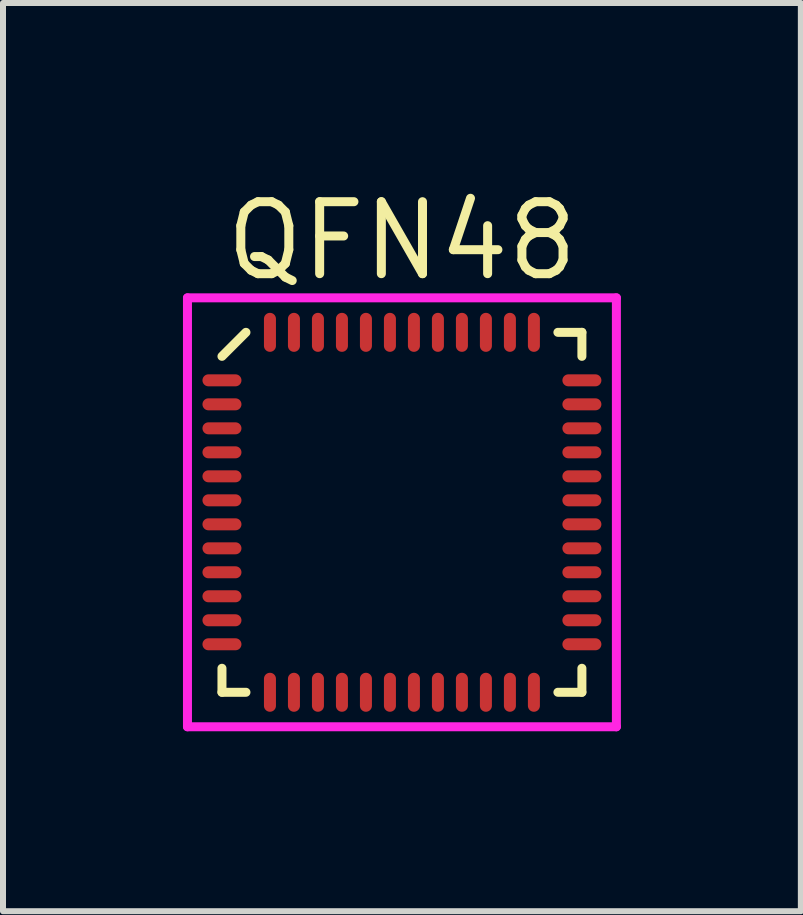
<source format=kicad_pcb>
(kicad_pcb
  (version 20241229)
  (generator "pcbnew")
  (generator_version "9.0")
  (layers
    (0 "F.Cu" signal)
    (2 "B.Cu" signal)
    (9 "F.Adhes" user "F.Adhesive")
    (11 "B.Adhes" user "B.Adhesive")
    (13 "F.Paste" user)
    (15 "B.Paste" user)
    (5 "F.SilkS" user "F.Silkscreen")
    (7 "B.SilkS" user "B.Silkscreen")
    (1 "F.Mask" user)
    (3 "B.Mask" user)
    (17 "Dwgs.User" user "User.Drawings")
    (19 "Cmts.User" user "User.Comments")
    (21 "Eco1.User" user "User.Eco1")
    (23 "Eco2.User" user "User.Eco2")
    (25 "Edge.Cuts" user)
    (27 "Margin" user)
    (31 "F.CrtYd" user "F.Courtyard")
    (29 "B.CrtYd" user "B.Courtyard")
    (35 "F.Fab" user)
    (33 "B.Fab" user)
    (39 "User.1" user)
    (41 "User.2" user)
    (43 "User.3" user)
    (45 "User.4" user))
  (footprint "QFN48"
    (layer "F.Cu")
    (at 3.65 5.49)
    (property "Reference" "QFN48" (at 0 -4.525 0) (layer "F.SilkS") (effects (font (size 1.2 1.2) (thickness 0.15))))
    (attr through_hole)
    (fp_line (start -3 -2.6) (end -2.6 -3) (stroke (width 0.15) (type solid)) (layer "F.SilkS"))
    (fp_line (start -3 3) (end -3 2.6) (stroke (width 0.15) (type solid)) (layer "F.SilkS"))
    (fp_line (start -2.6 3) (end -3 3) (stroke (width 0.15) (type solid)) (layer "F.SilkS"))
    (fp_line (start 2.6 -3) (end 3 -3) (stroke (width 0.15) (type solid)) (layer "F.SilkS"))
    (fp_line (start 2.6 3) (end 3 3) (stroke (width 0.15) (type solid)) (layer "F.SilkS"))
    (fp_line (start 3 -3) (end 3 -2.6) (stroke (width 0.15) (type solid)) (layer "F.SilkS"))
    (fp_line (start 3 3) (end 3 2.6) (stroke (width 0.15) (type solid)) (layer "F.SilkS"))
    (fp_line (start -3.575 -3.575) (end 3.575 -3.575) (stroke (width 0.15) (type solid)) (layer "F.CrtYd"))
    (fp_line (start -3.575 3.575) (end -3.575 -3.575) (stroke (width 0.15) (type solid)) (layer "F.CrtYd"))
    (fp_line (start 3.575 -3.575) (end 3.575 3.575) (stroke (width 0.15) (type solid)) (layer "F.CrtYd"))
    (fp_line (start 3.575 3.575) (end -3.575 3.575) (stroke (width 0.15) (type solid)) (layer "F.CrtYd"))
    (pad "1" smd oval (at -3 -2.2 90) (size 0.2 0.65) (layers "F.Cu" "F.Mask" "F.Paste"))
    (pad "2" smd oval (at -3 -1.8 90) (size 0.2 0.65) (layers "F.Cu" "F.Mask" "F.Paste"))
    (pad "3" smd oval (at -3 -1.4 90) (size 0.2 0.65) (layers "F.Cu" "F.Mask" "F.Paste"))
    (pad "4" smd oval (at -3 -1 90) (size 0.2 0.65) (layers "F.Cu" "F.Mask" "F.Paste"))
    (pad "5" smd oval (at -3 -0.6 90) (size 0.2 0.65) (layers "F.Cu" "F.Mask" "F.Paste"))
    (pad "6" smd oval (at -3 -0.2 90) (size 0.2 0.65) (layers "F.Cu" "F.Mask" "F.Paste"))
    (pad "7" smd oval (at -3 0.2 90) (size 0.2 0.65) (layers "F.Cu" "F.Mask" "F.Paste"))
    (pad "8" smd oval (at -3 0.6 90) (size 0.2 0.65) (layers "F.Cu" "F.Mask" "F.Paste"))
    (pad "9" smd oval (at -3 1 90) (size 0.2 0.65) (layers "F.Cu" "F.Mask" "F.Paste"))
    (pad "10" smd oval (at -3 1.4 90) (size 0.2 0.65) (layers "F.Cu" "F.Mask" "F.Paste"))
    (pad "11" smd oval (at -3 1.8 90) (size 0.2 0.65) (layers "F.Cu" "F.Mask" "F.Paste"))
    (pad "12" smd oval (at -3 2.2 90) (size 0.2 0.65) (layers "F.Cu" "F.Mask" "F.Paste"))
    (pad "13" smd oval (at -2.2 3) (size 0.2 0.65) (layers "F.Cu" "F.Mask" "F.Paste"))
    (pad "14" smd oval (at -1.8 3) (size 0.2 0.65) (layers "F.Cu" "F.Mask" "F.Paste"))
    (pad "15" smd oval (at -1.4 3) (size 0.2 0.65) (layers "F.Cu" "F.Mask" "F.Paste"))
    (pad "16" smd oval (at -1 3) (size 0.2 0.65) (layers "F.Cu" "F.Mask" "F.Paste"))
    (pad "17" smd oval (at -0.6 3) (size 0.2 0.65) (layers "F.Cu" "F.Mask" "F.Paste"))
    (pad "18" smd oval (at -0.2 3) (size 0.2 0.65) (layers "F.Cu" "F.Mask" "F.Paste"))
    (pad "19" smd oval (at 0.2 3) (size 0.2 0.65) (layers "F.Cu" "F.Mask" "F.Paste"))
    (pad "20" smd oval (at 0.6 3) (size 0.2 0.65) (layers "F.Cu" "F.Mask" "F.Paste"))
    (pad "21" smd oval (at 1 3) (size 0.2 0.65) (layers "F.Cu" "F.Mask" "F.Paste"))
    (pad "22" smd oval (at 1.4 3) (size 0.2 0.65) (layers "F.Cu" "F.Mask" "F.Paste"))
    (pad "23" smd oval (at 1.8 3) (size 0.2 0.65) (layers "F.Cu" "F.Mask" "F.Paste"))
    (pad "24" smd oval (at 2.2 3) (size 0.2 0.65) (layers "F.Cu" "F.Mask" "F.Paste"))
    (pad "25" smd oval (at 3 2.2 90) (size 0.2 0.65) (layers "F.Cu" "F.Mask" "F.Paste"))
    (pad "26" smd oval (at 3 1.8 90) (size 0.2 0.65) (layers "F.Cu" "F.Mask" "F.Paste"))
    (pad "27" smd oval (at 3 1.4 90) (size 0.2 0.65) (layers "F.Cu" "F.Mask" "F.Paste"))
    (pad "28" smd oval (at 3 1 90) (size 0.2 0.65) (layers "F.Cu" "F.Mask" "F.Paste"))
    (pad "29" smd oval (at 3 0.6 90) (size 0.2 0.65) (layers "F.Cu" "F.Mask" "F.Paste"))
    (pad "30" smd oval (at 3 0.2 90) (size 0.2 0.65) (layers "F.Cu" "F.Mask" "F.Paste"))
    (pad "31" smd oval (at 3 -0.2 90) (size 0.2 0.65) (layers "F.Cu" "F.Mask" "F.Paste"))
    (pad "32" smd oval (at 3 -0.6 90) (size 0.2 0.65) (layers "F.Cu" "F.Mask" "F.Paste"))
    (pad "33" smd oval (at 3 -1 90) (size 0.2 0.65) (layers "F.Cu" "F.Mask" "F.Paste"))
    (pad "34" smd oval (at 3 -1.4 90) (size 0.2 0.65) (layers "F.Cu" "F.Mask" "F.Paste"))
    (pad "35" smd oval (at 3 -1.8 90) (size 0.2 0.65) (layers "F.Cu" "F.Mask" "F.Paste"))
    (pad "36" smd oval (at 3 -2.2 90) (size 0.2 0.65) (layers "F.Cu" "F.Mask" "F.Paste"))
    (pad "37" smd oval (at 2.2 -3) (size 0.2 0.65) (layers "F.Cu" "F.Mask" "F.Paste"))
    (pad "38" smd oval (at 1.8 -3) (size 0.2 0.65) (layers "F.Cu" "F.Mask" "F.Paste"))
    (pad "39" smd oval (at 1.4 -3) (size 0.2 0.65) (layers "F.Cu" "F.Mask" "F.Paste"))
    (pad "40" smd oval (at 1 -3) (size 0.2 0.65) (layers "F.Cu" "F.Mask" "F.Paste"))
    (pad "41" smd oval (at 0.6 -3) (size 0.2 0.65) (layers "F.Cu" "F.Mask" "F.Paste"))
    (pad "42" smd oval (at 0.2 -3) (size 0.2 0.65) (layers "F.Cu" "F.Mask" "F.Paste"))
    (pad "43" smd oval (at -0.2 -3) (size 0.2 0.65) (layers "F.Cu" "F.Mask" "F.Paste"))
    (pad "44" smd oval (at -0.6 -3) (size 0.2 0.65) (layers "F.Cu" "F.Mask" "F.Paste"))
    (pad "45" smd oval (at -1 -3) (size 0.2 0.65) (layers "F.Cu" "F.Mask" "F.Paste"))
    (pad "46" smd oval (at -1.4 -3) (size 0.2 0.65) (layers "F.Cu" "F.Mask" "F.Paste"))
    (pad "47" smd oval (at -1.8 -3) (size 0.2 0.65) (layers "F.Cu" "F.Mask" "F.Paste"))
    (pad "48" smd oval (at -2.2 -3) (size 0.2 0.65) (layers "F.Cu" "F.Mask" "F.Paste")))
  (gr_rect
    (start -3 -3)
    (end 10.3 12.14)
    (stroke (width 0.1) (type default))
    (fill no)
    (layer "Edge.Cuts")))
</source>
